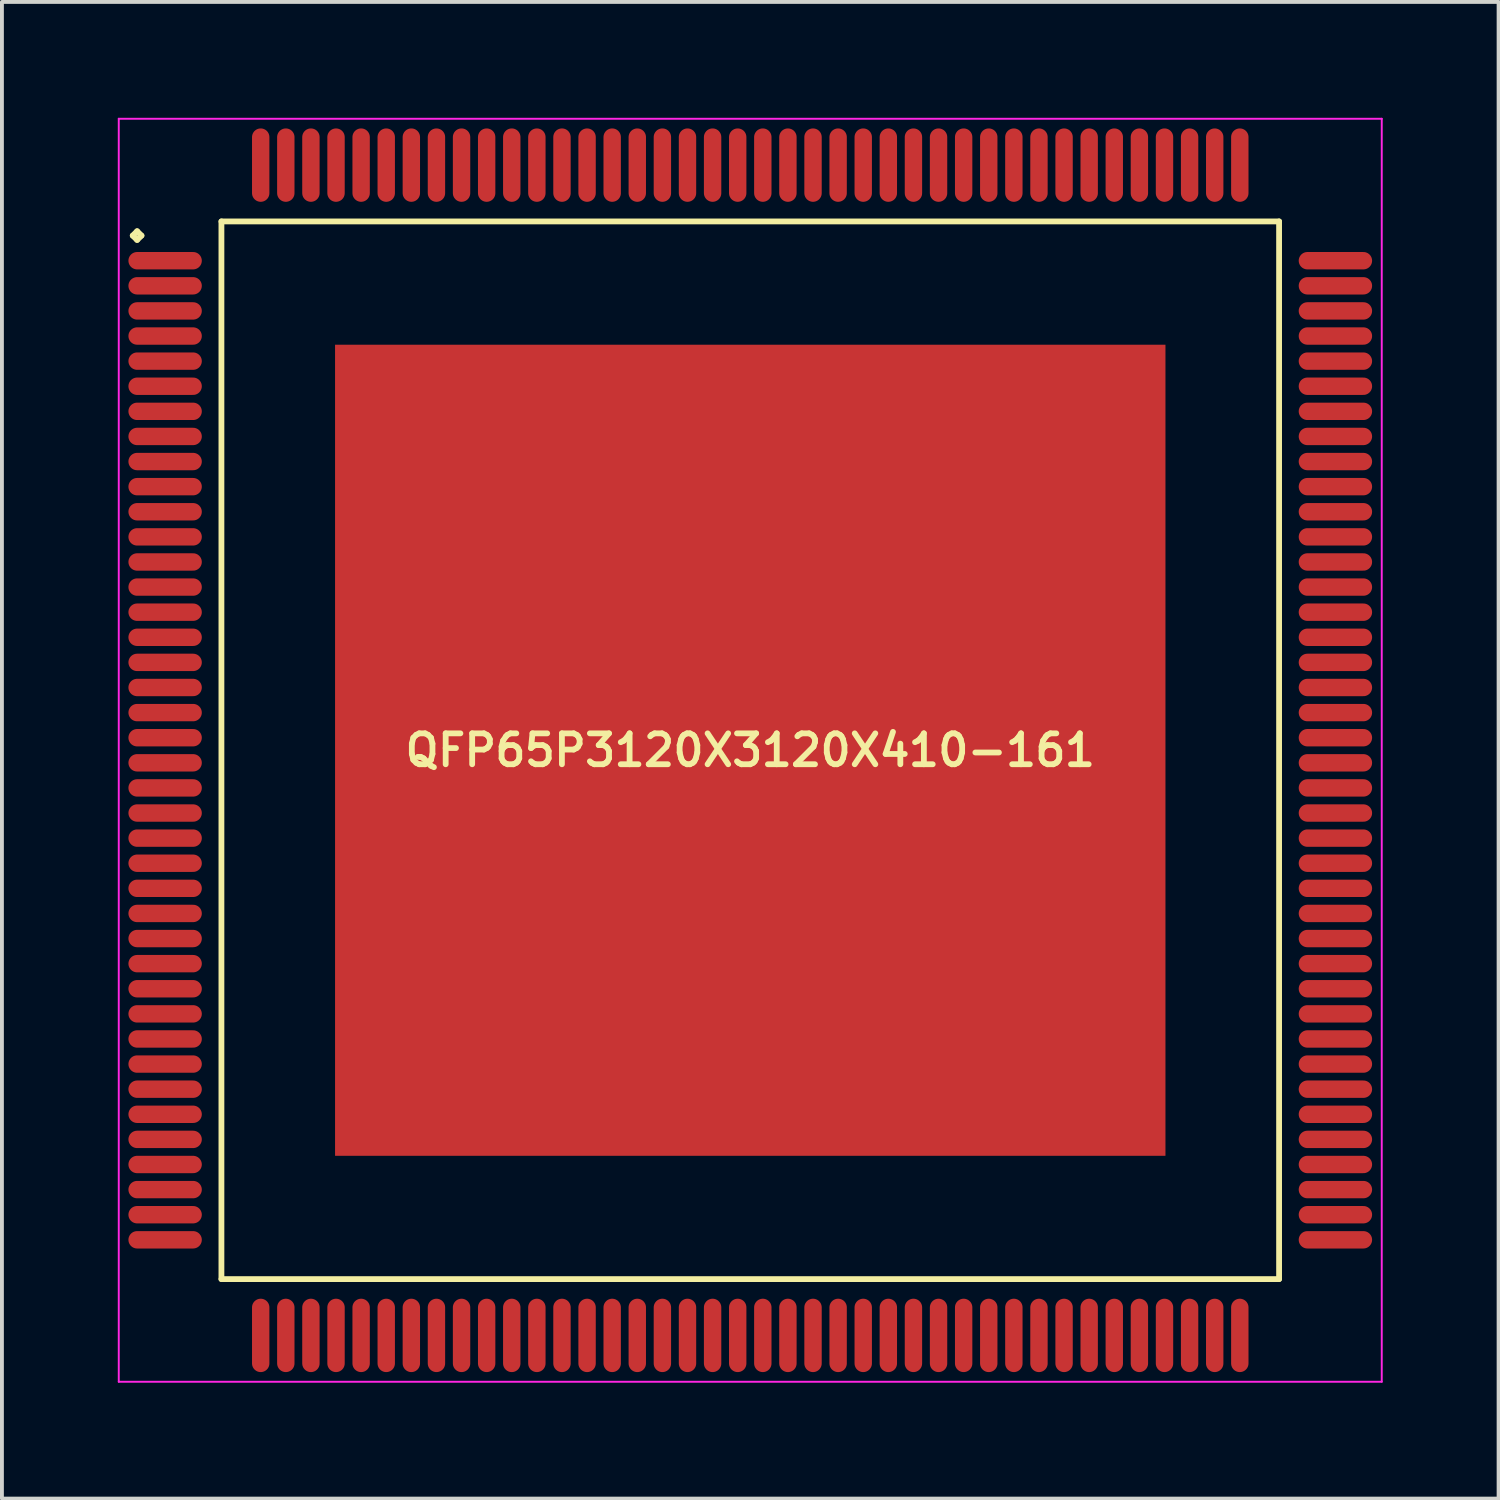
<source format=kicad_pcb>
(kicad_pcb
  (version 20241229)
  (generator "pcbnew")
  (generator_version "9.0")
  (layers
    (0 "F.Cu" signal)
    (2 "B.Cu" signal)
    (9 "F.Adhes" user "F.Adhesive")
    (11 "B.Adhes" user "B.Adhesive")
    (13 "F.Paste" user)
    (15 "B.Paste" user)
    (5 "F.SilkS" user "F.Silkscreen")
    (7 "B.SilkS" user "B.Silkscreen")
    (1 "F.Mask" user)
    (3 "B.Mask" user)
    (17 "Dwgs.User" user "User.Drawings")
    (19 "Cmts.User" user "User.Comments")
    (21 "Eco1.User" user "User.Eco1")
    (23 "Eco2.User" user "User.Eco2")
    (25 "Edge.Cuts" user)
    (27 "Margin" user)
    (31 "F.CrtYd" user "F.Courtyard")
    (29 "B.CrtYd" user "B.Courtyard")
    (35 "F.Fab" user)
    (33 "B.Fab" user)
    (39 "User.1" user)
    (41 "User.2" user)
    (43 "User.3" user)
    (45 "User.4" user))
  (footprint "QFP65P3120X3120X410-161"
    (layer "F.Cu")
    (at 16.375 16.375)
    (property "Reference" "QFP65P3120X3120X410-161" (at 0 0 0) (layer "F.SilkS") (effects (font (size 0.8 0.8) (thickness 0.15))))
    (attr smd)
    (fp_line (start -15.988 -13.325) (end -15.875 -13.438) (stroke (width 0.15) (type solid)) (layer "F.SilkS"))
    (fp_line (start -15.875 -13.438) (end -15.762 -13.325) (stroke (width 0.15) (type solid)) (layer "F.SilkS"))
    (fp_line (start -15.875 -13.213) (end -15.988 -13.325) (stroke (width 0.15) (type solid)) (layer "F.SilkS"))
    (fp_line (start -15.762 -13.325) (end -15.875 -13.213) (stroke (width 0.15) (type solid)) (layer "F.SilkS"))
    (fp_line (start -13.692 -13.692) (end -13.692 13.692) (stroke (width 0.15) (type solid)) (layer "F.SilkS"))
    (fp_line (start -13.692 13.692) (end 13.692 13.692) (stroke (width 0.15) (type solid)) (layer "F.SilkS"))
    (fp_line (start 13.692 -13.692) (end -13.692 -13.692) (stroke (width 0.15) (type solid)) (layer "F.SilkS"))
    (fp_line (start 13.692 13.692) (end 13.692 -13.692) (stroke (width 0.15) (type solid)) (layer "F.SilkS"))
    (fp_line (start -16.35 -16.35) (end 16.35 -16.35) (stroke (width 0.05) (type solid)) (layer "F.CrtYd"))
    (fp_line (start -16.35 16.35) (end -16.35 -16.35) (stroke (width 0.05) (type solid)) (layer "F.CrtYd"))
    (fp_line (start 16.35 -16.35) (end 16.35 16.35) (stroke (width 0.05) (type solid)) (layer "F.CrtYd"))
    (fp_line (start 16.35 16.35) (end -16.35 16.35) (stroke (width 0.05) (type solid)) (layer "F.CrtYd"))
    (pad "1" smd oval (at -15.15 -12.675) (size 1.9 0.45) (layers "F.Cu" "F.Mask" "F.Paste"))
    (pad "2" smd oval (at -15.15 -12.025) (size 1.9 0.45) (layers "F.Cu" "F.Mask" "F.Paste"))
    (pad "3" smd oval (at -15.15 -11.375) (size 1.9 0.45) (layers "F.Cu" "F.Mask" "F.Paste"))
    (pad "4" smd oval (at -15.15 -10.725) (size 1.9 0.45) (layers "F.Cu" "F.Mask" "F.Paste"))
    (pad "5" smd oval (at -15.15 -10.075) (size 1.9 0.45) (layers "F.Cu" "F.Mask" "F.Paste"))
    (pad "6" smd oval (at -15.15 -9.425) (size 1.9 0.45) (layers "F.Cu" "F.Mask" "F.Paste"))
    (pad "7" smd oval (at -15.15 -8.775) (size 1.9 0.45) (layers "F.Cu" "F.Mask" "F.Paste"))
    (pad "8" smd oval (at -15.15 -8.125) (size 1.9 0.45) (layers "F.Cu" "F.Mask" "F.Paste"))
    (pad "9" smd oval (at -15.15 -7.475) (size 1.9 0.45) (layers "F.Cu" "F.Mask" "F.Paste"))
    (pad "10" smd oval (at -15.15 -6.825) (size 1.9 0.45) (layers "F.Cu" "F.Mask" "F.Paste"))
    (pad "11" smd oval (at -15.15 -6.175) (size 1.9 0.45) (layers "F.Cu" "F.Mask" "F.Paste"))
    (pad "12" smd oval (at -15.15 -5.525) (size 1.9 0.45) (layers "F.Cu" "F.Mask" "F.Paste"))
    (pad "13" smd oval (at -15.15 -4.875) (size 1.9 0.45) (layers "F.Cu" "F.Mask" "F.Paste"))
    (pad "14" smd oval (at -15.15 -4.225) (size 1.9 0.45) (layers "F.Cu" "F.Mask" "F.Paste"))
    (pad "15" smd oval (at -15.15 -3.575) (size 1.9 0.45) (layers "F.Cu" "F.Mask" "F.Paste"))
    (pad "16" smd oval (at -15.15 -2.925) (size 1.9 0.45) (layers "F.Cu" "F.Mask" "F.Paste"))
    (pad "17" smd oval (at -15.15 -2.275) (size 1.9 0.45) (layers "F.Cu" "F.Mask" "F.Paste"))
    (pad "18" smd oval (at -15.15 -1.625) (size 1.9 0.45) (layers "F.Cu" "F.Mask" "F.Paste"))
    (pad "19" smd oval (at -15.15 -0.975) (size 1.9 0.45) (layers "F.Cu" "F.Mask" "F.Paste"))
    (pad "20" smd oval (at -15.15 -0.325) (size 1.9 0.45) (layers "F.Cu" "F.Mask" "F.Paste"))
    (pad "21" smd oval (at -15.15 0.325) (size 1.9 0.45) (layers "F.Cu" "F.Mask" "F.Paste"))
    (pad "22" smd oval (at -15.15 0.975) (size 1.9 0.45) (layers "F.Cu" "F.Mask" "F.Paste"))
    (pad "23" smd oval (at -15.15 1.625) (size 1.9 0.45) (layers "F.Cu" "F.Mask" "F.Paste"))
    (pad "24" smd oval (at -15.15 2.275) (size 1.9 0.45) (layers "F.Cu" "F.Mask" "F.Paste"))
    (pad "25" smd oval (at -15.15 2.925) (size 1.9 0.45) (layers "F.Cu" "F.Mask" "F.Paste"))
    (pad "26" smd oval (at -15.15 3.575) (size 1.9 0.45) (layers "F.Cu" "F.Mask" "F.Paste"))
    (pad "27" smd oval (at -15.15 4.225) (size 1.9 0.45) (layers "F.Cu" "F.Mask" "F.Paste"))
    (pad "28" smd oval (at -15.15 4.875) (size 1.9 0.45) (layers "F.Cu" "F.Mask" "F.Paste"))
    (pad "29" smd oval (at -15.15 5.525) (size 1.9 0.45) (layers "F.Cu" "F.Mask" "F.Paste"))
    (pad "30" smd oval (at -15.15 6.175) (size 1.9 0.45) (layers "F.Cu" "F.Mask" "F.Paste"))
    (pad "31" smd oval (at -15.15 6.825) (size 1.9 0.45) (layers "F.Cu" "F.Mask" "F.Paste"))
    (pad "32" smd oval (at -15.15 7.475) (size 1.9 0.45) (layers "F.Cu" "F.Mask" "F.Paste"))
    (pad "33" smd oval (at -15.15 8.125) (size 1.9 0.45) (layers "F.Cu" "F.Mask" "F.Paste"))
    (pad "34" smd oval (at -15.15 8.775) (size 1.9 0.45) (layers "F.Cu" "F.Mask" "F.Paste"))
    (pad "35" smd oval (at -15.15 9.425) (size 1.9 0.45) (layers "F.Cu" "F.Mask" "F.Paste"))
    (pad "36" smd oval (at -15.15 10.075) (size 1.9 0.45) (layers "F.Cu" "F.Mask" "F.Paste"))
    (pad "37" smd oval (at -15.15 10.725) (size 1.9 0.45) (layers "F.Cu" "F.Mask" "F.Paste"))
    (pad "38" smd oval (at -15.15 11.375) (size 1.9 0.45) (layers "F.Cu" "F.Mask" "F.Paste"))
    (pad "39" smd oval (at -15.15 12.025) (size 1.9 0.45) (layers "F.Cu" "F.Mask" "F.Paste"))
    (pad "40" smd oval (at -15.15 12.675) (size 1.9 0.45) (layers "F.Cu" "F.Mask" "F.Paste"))
    (pad "41" smd oval (at -12.675 15.15) (size 0.45 1.9) (layers "F.Cu" "F.Mask" "F.Paste"))
    (pad "42" smd oval (at -12.025 15.15) (size 0.45 1.9) (layers "F.Cu" "F.Mask" "F.Paste"))
    (pad "43" smd oval (at -11.375 15.15) (size 0.45 1.9) (layers "F.Cu" "F.Mask" "F.Paste"))
    (pad "44" smd oval (at -10.725 15.15) (size 0.45 1.9) (layers "F.Cu" "F.Mask" "F.Paste"))
    (pad "45" smd oval (at -10.075 15.15) (size 0.45 1.9) (layers "F.Cu" "F.Mask" "F.Paste"))
    (pad "46" smd oval (at -9.425 15.15) (size 0.45 1.9) (layers "F.Cu" "F.Mask" "F.Paste"))
    (pad "47" smd oval (at -8.775 15.15) (size 0.45 1.9) (layers "F.Cu" "F.Mask" "F.Paste"))
    (pad "48" smd oval (at -8.125 15.15) (size 0.45 1.9) (layers "F.Cu" "F.Mask" "F.Paste"))
    (pad "49" smd oval (at -7.475 15.15) (size 0.45 1.9) (layers "F.Cu" "F.Mask" "F.Paste"))
    (pad "50" smd oval (at -6.825 15.15) (size 0.45 1.9) (layers "F.Cu" "F.Mask" "F.Paste"))
    (pad "51" smd oval (at -6.175 15.15) (size 0.45 1.9) (layers "F.Cu" "F.Mask" "F.Paste"))
    (pad "52" smd oval (at -5.525 15.15) (size 0.45 1.9) (layers "F.Cu" "F.Mask" "F.Paste"))
    (pad "53" smd oval (at -4.875 15.15) (size 0.45 1.9) (layers "F.Cu" "F.Mask" "F.Paste"))
    (pad "54" smd oval (at -4.225 15.15) (size 0.45 1.9) (layers "F.Cu" "F.Mask" "F.Paste"))
    (pad "55" smd oval (at -3.575 15.15) (size 0.45 1.9) (layers "F.Cu" "F.Mask" "F.Paste"))
    (pad "56" smd oval (at -2.925 15.15) (size 0.45 1.9) (layers "F.Cu" "F.Mask" "F.Paste"))
    (pad "57" smd oval (at -2.275 15.15) (size 0.45 1.9) (layers "F.Cu" "F.Mask" "F.Paste"))
    (pad "58" smd oval (at -1.625 15.15) (size 0.45 1.9) (layers "F.Cu" "F.Mask" "F.Paste"))
    (pad "59" smd oval (at -0.975 15.15) (size 0.45 1.9) (layers "F.Cu" "F.Mask" "F.Paste"))
    (pad "60" smd oval (at -0.325 15.15) (size 0.45 1.9) (layers "F.Cu" "F.Mask" "F.Paste"))
    (pad "61" smd oval (at 0.325 15.15) (size 0.45 1.9) (layers "F.Cu" "F.Mask" "F.Paste"))
    (pad "62" smd oval (at 0.975 15.15) (size 0.45 1.9) (layers "F.Cu" "F.Mask" "F.Paste"))
    (pad "63" smd oval (at 1.625 15.15) (size 0.45 1.9) (layers "F.Cu" "F.Mask" "F.Paste"))
    (pad "64" smd oval (at 2.275 15.15) (size 0.45 1.9) (layers "F.Cu" "F.Mask" "F.Paste"))
    (pad "65" smd oval (at 2.925 15.15) (size 0.45 1.9) (layers "F.Cu" "F.Mask" "F.Paste"))
    (pad "66" smd oval (at 3.575 15.15) (size 0.45 1.9) (layers "F.Cu" "F.Mask" "F.Paste"))
    (pad "67" smd oval (at 4.225 15.15) (size 0.45 1.9) (layers "F.Cu" "F.Mask" "F.Paste"))
    (pad "68" smd oval (at 4.875 15.15) (size 0.45 1.9) (layers "F.Cu" "F.Mask" "F.Paste"))
    (pad "69" smd oval (at 5.525 15.15) (size 0.45 1.9) (layers "F.Cu" "F.Mask" "F.Paste"))
    (pad "70" smd oval (at 6.175 15.15) (size 0.45 1.9) (layers "F.Cu" "F.Mask" "F.Paste"))
    (pad "71" smd oval (at 6.825 15.15) (size 0.45 1.9) (layers "F.Cu" "F.Mask" "F.Paste"))
    (pad "72" smd oval (at 7.475 15.15) (size 0.45 1.9) (layers "F.Cu" "F.Mask" "F.Paste"))
    (pad "73" smd oval (at 8.125 15.15) (size 0.45 1.9) (layers "F.Cu" "F.Mask" "F.Paste"))
    (pad "74" smd oval (at 8.775 15.15) (size 0.45 1.9) (layers "F.Cu" "F.Mask" "F.Paste"))
    (pad "75" smd oval (at 9.425 15.15) (size 0.45 1.9) (layers "F.Cu" "F.Mask" "F.Paste"))
    (pad "76" smd oval (at 10.075 15.15) (size 0.45 1.9) (layers "F.Cu" "F.Mask" "F.Paste"))
    (pad "77" smd oval (at 10.725 15.15) (size 0.45 1.9) (layers "F.Cu" "F.Mask" "F.Paste"))
    (pad "78" smd oval (at 11.375 15.15) (size 0.45 1.9) (layers "F.Cu" "F.Mask" "F.Paste"))
    (pad "79" smd oval (at 12.025 15.15) (size 0.45 1.9) (layers "F.Cu" "F.Mask" "F.Paste"))
    (pad "80" smd oval (at 12.675 15.15) (size 0.45 1.9) (layers "F.Cu" "F.Mask" "F.Paste"))
    (pad "81" smd oval (at 15.15 12.675) (size 1.9 0.45) (layers "F.Cu" "F.Mask" "F.Paste"))
    (pad "82" smd oval (at 15.15 12.025) (size 1.9 0.45) (layers "F.Cu" "F.Mask" "F.Paste"))
    (pad "83" smd oval (at 15.15 11.375) (size 1.9 0.45) (layers "F.Cu" "F.Mask" "F.Paste"))
    (pad "84" smd oval (at 15.15 10.725) (size 1.9 0.45) (layers "F.Cu" "F.Mask" "F.Paste"))
    (pad "85" smd oval (at 15.15 10.075) (size 1.9 0.45) (layers "F.Cu" "F.Mask" "F.Paste"))
    (pad "86" smd oval (at 15.15 9.425) (size 1.9 0.45) (layers "F.Cu" "F.Mask" "F.Paste"))
    (pad "87" smd oval (at 15.15 8.775) (size 1.9 0.45) (layers "F.Cu" "F.Mask" "F.Paste"))
    (pad "88" smd oval (at 15.15 8.125) (size 1.9 0.45) (layers "F.Cu" "F.Mask" "F.Paste"))
    (pad "89" smd oval (at 15.15 7.475) (size 1.9 0.45) (layers "F.Cu" "F.Mask" "F.Paste"))
    (pad "90" smd oval (at 15.15 6.825) (size 1.9 0.45) (layers "F.Cu" "F.Mask" "F.Paste"))
    (pad "91" smd oval (at 15.15 6.175) (size 1.9 0.45) (layers "F.Cu" "F.Mask" "F.Paste"))
    (pad "92" smd oval (at 15.15 5.525) (size 1.9 0.45) (layers "F.Cu" "F.Mask" "F.Paste"))
    (pad "93" smd oval (at 15.15 4.875) (size 1.9 0.45) (layers "F.Cu" "F.Mask" "F.Paste"))
    (pad "94" smd oval (at 15.15 4.225) (size 1.9 0.45) (layers "F.Cu" "F.Mask" "F.Paste"))
    (pad "95" smd oval (at 15.15 3.575) (size 1.9 0.45) (layers "F.Cu" "F.Mask" "F.Paste"))
    (pad "96" smd oval (at 15.15 2.925) (size 1.9 0.45) (layers "F.Cu" "F.Mask" "F.Paste"))
    (pad "97" smd oval (at 15.15 2.275) (size 1.9 0.45) (layers "F.Cu" "F.Mask" "F.Paste"))
    (pad "98" smd oval (at 15.15 1.625) (size 1.9 0.45) (layers "F.Cu" "F.Mask" "F.Paste"))
    (pad "99" smd oval (at 15.15 0.975) (size 1.9 0.45) (layers "F.Cu" "F.Mask" "F.Paste"))
    (pad "100" smd oval (at 15.15 0.325) (size 1.9 0.45) (layers "F.Cu" "F.Mask" "F.Paste"))
    (pad "101" smd oval (at 15.15 -0.325) (size 1.9 0.45) (layers "F.Cu" "F.Mask" "F.Paste"))
    (pad "102" smd oval (at 15.15 -0.975) (size 1.9 0.45) (layers "F.Cu" "F.Mask" "F.Paste"))
    (pad "103" smd oval (at 15.15 -1.625) (size 1.9 0.45) (layers "F.Cu" "F.Mask" "F.Paste"))
    (pad "104" smd oval (at 15.15 -2.275) (size 1.9 0.45) (layers "F.Cu" "F.Mask" "F.Paste"))
    (pad "105" smd oval (at 15.15 -2.925) (size 1.9 0.45) (layers "F.Cu" "F.Mask" "F.Paste"))
    (pad "106" smd oval (at 15.15 -3.575) (size 1.9 0.45) (layers "F.Cu" "F.Mask" "F.Paste"))
    (pad "107" smd oval (at 15.15 -4.225) (size 1.9 0.45) (layers "F.Cu" "F.Mask" "F.Paste"))
    (pad "108" smd oval (at 15.15 -4.875) (size 1.9 0.45) (layers "F.Cu" "F.Mask" "F.Paste"))
    (pad "109" smd oval (at 15.15 -5.525) (size 1.9 0.45) (layers "F.Cu" "F.Mask" "F.Paste"))
    (pad "110" smd oval (at 15.15 -6.175) (size 1.9 0.45) (layers "F.Cu" "F.Mask" "F.Paste"))
    (pad "111" smd oval (at 15.15 -6.825) (size 1.9 0.45) (layers "F.Cu" "F.Mask" "F.Paste"))
    (pad "112" smd oval (at 15.15 -7.475) (size 1.9 0.45) (layers "F.Cu" "F.Mask" "F.Paste"))
    (pad "113" smd oval (at 15.15 -8.125) (size 1.9 0.45) (layers "F.Cu" "F.Mask" "F.Paste"))
    (pad "114" smd oval (at 15.15 -8.775) (size 1.9 0.45) (layers "F.Cu" "F.Mask" "F.Paste"))
    (pad "115" smd oval (at 15.15 -9.425) (size 1.9 0.45) (layers "F.Cu" "F.Mask" "F.Paste"))
    (pad "116" smd oval (at 15.15 -10.075) (size 1.9 0.45) (layers "F.Cu" "F.Mask" "F.Paste"))
    (pad "117" smd oval (at 15.15 -10.725) (size 1.9 0.45) (layers "F.Cu" "F.Mask" "F.Paste"))
    (pad "118" smd oval (at 15.15 -11.375) (size 1.9 0.45) (layers "F.Cu" "F.Mask" "F.Paste"))
    (pad "119" smd oval (at 15.15 -12.025) (size 1.9 0.45) (layers "F.Cu" "F.Mask" "F.Paste"))
    (pad "120" smd oval (at 15.15 -12.675) (size 1.9 0.45) (layers "F.Cu" "F.Mask" "F.Paste"))
    (pad "121" smd oval (at 12.675 -15.15) (size 0.45 1.9) (layers "F.Cu" "F.Mask" "F.Paste"))
    (pad "122" smd oval (at 12.025 -15.15) (size 0.45 1.9) (layers "F.Cu" "F.Mask" "F.Paste"))
    (pad "123" smd oval (at 11.375 -15.15) (size 0.45 1.9) (layers "F.Cu" "F.Mask" "F.Paste"))
    (pad "124" smd oval (at 10.725 -15.15) (size 0.45 1.9) (layers "F.Cu" "F.Mask" "F.Paste"))
    (pad "125" smd oval (at 10.075 -15.15) (size 0.45 1.9) (layers "F.Cu" "F.Mask" "F.Paste"))
    (pad "126" smd oval (at 9.425 -15.15) (size 0.45 1.9) (layers "F.Cu" "F.Mask" "F.Paste"))
    (pad "127" smd oval (at 8.775 -15.15) (size 0.45 1.9) (layers "F.Cu" "F.Mask" "F.Paste"))
    (pad "128" smd oval (at 8.125 -15.15) (size 0.45 1.9) (layers "F.Cu" "F.Mask" "F.Paste"))
    (pad "129" smd oval (at 7.475 -15.15) (size 0.45 1.9) (layers "F.Cu" "F.Mask" "F.Paste"))
    (pad "130" smd oval (at 6.825 -15.15) (size 0.45 1.9) (layers "F.Cu" "F.Mask" "F.Paste"))
    (pad "131" smd oval (at 6.175 -15.15) (size 0.45 1.9) (layers "F.Cu" "F.Mask" "F.Paste"))
    (pad "132" smd oval (at 5.525 -15.15) (size 0.45 1.9) (layers "F.Cu" "F.Mask" "F.Paste"))
    (pad "133" smd oval (at 4.875 -15.15) (size 0.45 1.9) (layers "F.Cu" "F.Mask" "F.Paste"))
    (pad "134" smd oval (at 4.225 -15.15) (size 0.45 1.9) (layers "F.Cu" "F.Mask" "F.Paste"))
    (pad "135" smd oval (at 3.575 -15.15) (size 0.45 1.9) (layers "F.Cu" "F.Mask" "F.Paste"))
    (pad "136" smd oval (at 2.925 -15.15) (size 0.45 1.9) (layers "F.Cu" "F.Mask" "F.Paste"))
    (pad "137" smd oval (at 2.275 -15.15) (size 0.45 1.9) (layers "F.Cu" "F.Mask" "F.Paste"))
    (pad "138" smd oval (at 1.625 -15.15) (size 0.45 1.9) (layers "F.Cu" "F.Mask" "F.Paste"))
    (pad "139" smd oval (at 0.975 -15.15) (size 0.45 1.9) (layers "F.Cu" "F.Mask" "F.Paste"))
    (pad "140" smd oval (at 0.325 -15.15) (size 0.45 1.9) (layers "F.Cu" "F.Mask" "F.Paste"))
    (pad "141" smd oval (at -0.325 -15.15) (size 0.45 1.9) (layers "F.Cu" "F.Mask" "F.Paste"))
    (pad "142" smd oval (at -0.975 -15.15) (size 0.45 1.9) (layers "F.Cu" "F.Mask" "F.Paste"))
    (pad "143" smd oval (at -1.625 -15.15) (size 0.45 1.9) (layers "F.Cu" "F.Mask" "F.Paste"))
    (pad "144" smd oval (at -2.275 -15.15) (size 0.45 1.9) (layers "F.Cu" "F.Mask" "F.Paste"))
    (pad "145" smd oval (at -2.925 -15.15) (size 0.45 1.9) (layers "F.Cu" "F.Mask" "F.Paste"))
    (pad "146" smd oval (at -3.575 -15.15) (size 0.45 1.9) (layers "F.Cu" "F.Mask" "F.Paste"))
    (pad "147" smd oval (at -4.225 -15.15) (size 0.45 1.9) (layers "F.Cu" "F.Mask" "F.Paste"))
    (pad "148" smd oval (at -4.875 -15.15) (size 0.45 1.9) (layers "F.Cu" "F.Mask" "F.Paste"))
    (pad "149" smd oval (at -5.525 -15.15) (size 0.45 1.9) (layers "F.Cu" "F.Mask" "F.Paste"))
    (pad "150" smd oval (at -6.175 -15.15) (size 0.45 1.9) (layers "F.Cu" "F.Mask" "F.Paste"))
    (pad "151" smd oval (at -6.825 -15.15) (size 0.45 1.9) (layers "F.Cu" "F.Mask" "F.Paste"))
    (pad "152" smd oval (at -7.475 -15.15) (size 0.45 1.9) (layers "F.Cu" "F.Mask" "F.Paste"))
    (pad "153" smd oval (at -8.125 -15.15) (size 0.45 1.9) (layers "F.Cu" "F.Mask" "F.Paste"))
    (pad "154" smd oval (at -8.775 -15.15) (size 0.45 1.9) (layers "F.Cu" "F.Mask" "F.Paste"))
    (pad "155" smd oval (at -9.425 -15.15) (size 0.45 1.9) (layers "F.Cu" "F.Mask" "F.Paste"))
    (pad "156" smd oval (at -10.075 -15.15) (size 0.45 1.9) (layers "F.Cu" "F.Mask" "F.Paste"))
    (pad "157" smd oval (at -10.725 -15.15) (size 0.45 1.9) (layers "F.Cu" "F.Mask" "F.Paste"))
    (pad "158" smd oval (at -11.375 -15.15) (size 0.45 1.9) (layers "F.Cu" "F.Mask" "F.Paste"))
    (pad "159" smd oval (at -12.025 -15.15) (size 0.45 1.9) (layers "F.Cu" "F.Mask" "F.Paste"))
    (pad "160" smd oval (at -12.675 -15.15) (size 0.45 1.9) (layers "F.Cu" "F.Mask" "F.Paste"))
    (pad "161" smd rect (at 0 0) (size 21.5 21) (layers "F.Cu" "F.Mask" "F.Paste")))
  (gr_rect
    (start -3 -3)
    (end 35.75 35.75)
    (stroke (width 0.1) (type default))
    (fill no)
    (layer "Edge.Cuts")))
</source>
